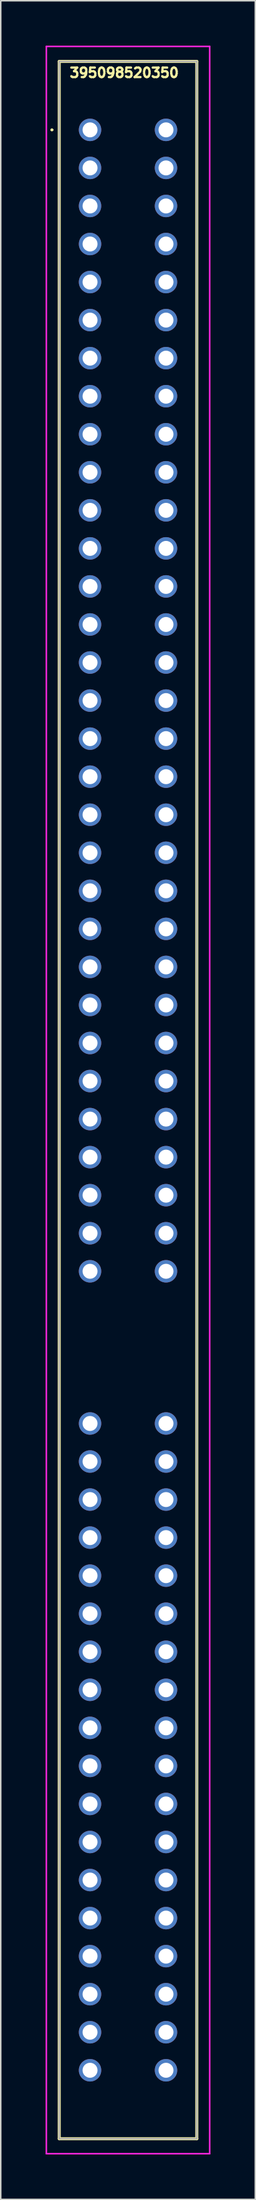
<source format=kicad_pcb>
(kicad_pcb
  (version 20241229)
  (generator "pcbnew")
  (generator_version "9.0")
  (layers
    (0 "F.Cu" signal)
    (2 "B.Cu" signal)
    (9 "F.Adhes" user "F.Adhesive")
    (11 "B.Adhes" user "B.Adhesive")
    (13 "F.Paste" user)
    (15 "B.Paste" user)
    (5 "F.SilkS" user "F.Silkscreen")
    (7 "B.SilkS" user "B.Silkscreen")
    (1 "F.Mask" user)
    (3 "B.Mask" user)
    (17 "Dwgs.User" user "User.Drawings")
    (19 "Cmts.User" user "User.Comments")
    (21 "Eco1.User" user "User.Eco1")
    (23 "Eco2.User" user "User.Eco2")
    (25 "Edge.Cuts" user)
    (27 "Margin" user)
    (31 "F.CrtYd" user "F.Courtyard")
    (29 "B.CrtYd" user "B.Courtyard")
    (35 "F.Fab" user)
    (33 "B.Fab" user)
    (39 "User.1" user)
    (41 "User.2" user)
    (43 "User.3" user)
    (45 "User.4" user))
  (footprint "395098520350"
    (layer "F.Cu")
    (at 2.971 5.62)
    (property "Reference" "395098520350" (at 2.286 -3.81 0) (layer "F.SilkS") (effects (font (size 0.635 0.635) (thickness 0.15) (bold yes))))
    (attr through_hole)
    (fp_line (start -2.6 0) (end -2.6 0) (stroke (width 0.1) (type solid)) (layer "F.SilkS"))
    (fp_line (start -2.5 0) (end -2.5 0) (stroke (width 0.1) (type solid)) (layer "F.SilkS"))
    (fp_line (start -2.06 -4.57) (end 7.14 -4.57) (stroke (width 0.2) (type solid)) (layer "F.SilkS"))
    (fp_line (start -2.06 134.11) (end -2.06 -4.57) (stroke (width 0.2) (type solid)) (layer "F.SilkS"))
    (fp_line (start 7.14 -4.57) (end 7.14 134.11) (stroke (width 0.2) (type solid)) (layer "F.SilkS"))
    (fp_line (start 7.14 134.11) (end -2.06 134.11) (stroke (width 0.2) (type solid)) (layer "F.SilkS"))
    (fp_arc (start -2.6 0) (mid -2.55 -0.05) (end -2.5 0) (stroke (width 0.1) (type solid)) (layer "F.SilkS"))
    (fp_arc (start -2.5 0) (mid -2.55 0.05) (end -2.6 0) (stroke (width 0.1) (type solid)) (layer "F.SilkS"))
    (fp_line (start -2.921 -5.57) (end 8.001 -5.57) (stroke (width 0.1) (type solid)) (layer "F.CrtYd"))
    (fp_line (start -2.921 135.11) (end -2.921 -5.57) (stroke (width 0.1) (type solid)) (layer "F.CrtYd"))
    (fp_line (start 8.001 -5.57) (end 8.001 135.11) (stroke (width 0.1) (type solid)) (layer "F.CrtYd"))
    (fp_line (start 8.001 135.11) (end -2.921 135.11) (stroke (width 0.1) (type solid)) (layer "F.CrtYd"))
    (fp_line (start -2.06 -4.57) (end 7.14 -4.57) (stroke (width 0.1) (type solid)) (layer "F.Fab"))
    (fp_line (start -2.06 134.11) (end -2.06 -4.57) (stroke (width 0.1) (type solid)) (layer "F.Fab"))
    (fp_line (start 7.14 -4.57) (end 7.14 134.11) (stroke (width 0.1) (type solid)) (layer "F.Fab"))
    (fp_line (start 7.14 134.11) (end -2.06 134.11) (stroke (width 0.1) (type solid)) (layer "F.Fab"))
    (pad "A1" thru_hole circle (at 5.08 0 90) (size 1.5 1.5) (drill 1) (layers "*.Cu" "*.Mask"))
    (pad "A2" thru_hole circle (at 5.08 2.54 90) (size 1.5 1.5) (drill 1) (layers "*.Cu" "*.Mask"))
    (pad "A3" thru_hole circle (at 5.08 5.08 90) (size 1.5 1.5) (drill 1) (layers "*.Cu" "*.Mask"))
    (pad "A4" thru_hole circle (at 5.08 7.62 90) (size 1.5 1.5) (drill 1) (layers "*.Cu" "*.Mask"))
    (pad "A5" thru_hole circle (at 5.08 10.16 90) (size 1.5 1.5) (drill 1) (layers "*.Cu" "*.Mask"))
    (pad "A6" thru_hole circle (at 5.08 12.7 90) (size 1.5 1.5) (drill 1) (layers "*.Cu" "*.Mask"))
    (pad "A7" thru_hole circle (at 5.08 15.24 90) (size 1.5 1.5) (drill 1) (layers "*.Cu" "*.Mask"))
    (pad "A8" thru_hole circle (at 5.08 17.78 90) (size 1.5 1.5) (drill 1) (layers "*.Cu" "*.Mask"))
    (pad "A9" thru_hole circle (at 5.08 20.32 90) (size 1.5 1.5) (drill 1) (layers "*.Cu" "*.Mask"))
    (pad "A10" thru_hole circle (at 5.08 22.86 90) (size 1.5 1.5) (drill 1) (layers "*.Cu" "*.Mask"))
    (pad "A11" thru_hole circle (at 5.08 25.4 90) (size 1.5 1.5) (drill 1) (layers "*.Cu" "*.Mask"))
    (pad "A12" thru_hole circle (at 5.08 27.94 90) (size 1.5 1.5) (drill 1) (layers "*.Cu" "*.Mask"))
    (pad "A13" thru_hole circle (at 5.08 30.48 90) (size 1.5 1.5) (drill 1) (layers "*.Cu" "*.Mask"))
    (pad "A14" thru_hole circle (at 5.08 33.02 90) (size 1.5 1.5) (drill 1) (layers "*.Cu" "*.Mask"))
    (pad "A15" thru_hole circle (at 5.08 35.56 90) (size 1.5 1.5) (drill 1) (layers "*.Cu" "*.Mask"))
    (pad "A16" thru_hole circle (at 5.08 38.1 90) (size 1.5 1.5) (drill 1) (layers "*.Cu" "*.Mask"))
    (pad "A17" thru_hole circle (at 5.08 40.64 90) (size 1.5 1.5) (drill 1) (layers "*.Cu" "*.Mask"))
    (pad "A18" thru_hole circle (at 5.08 43.18 90) (size 1.5 1.5) (drill 1) (layers "*.Cu" "*.Mask"))
    (pad "A19" thru_hole circle (at 5.08 45.72 90) (size 1.5 1.5) (drill 1) (layers "*.Cu" "*.Mask"))
    (pad "A20" thru_hole circle (at 5.08 48.26 90) (size 1.5 1.5) (drill 1) (layers "*.Cu" "*.Mask"))
    (pad "A21" thru_hole circle (at 5.08 50.8 90) (size 1.5 1.5) (drill 1) (layers "*.Cu" "*.Mask"))
    (pad "A22" thru_hole circle (at 5.08 53.34 90) (size 1.5 1.5) (drill 1) (layers "*.Cu" "*.Mask"))
    (pad "A23" thru_hole circle (at 5.08 55.88 90) (size 1.5 1.5) (drill 1) (layers "*.Cu" "*.Mask"))
    (pad "A24" thru_hole circle (at 5.08 58.42 90) (size 1.5 1.5) (drill 1) (layers "*.Cu" "*.Mask"))
    (pad "A25" thru_hole circle (at 5.08 60.96 90) (size 1.5 1.5) (drill 1) (layers "*.Cu" "*.Mask"))
    (pad "A26" thru_hole circle (at 5.08 63.5 90) (size 1.5 1.5) (drill 1) (layers "*.Cu" "*.Mask"))
    (pad "A27" thru_hole circle (at 5.08 66.04 90) (size 1.5 1.5) (drill 1) (layers "*.Cu" "*.Mask"))
    (pad "A28" thru_hole circle (at 5.08 68.58 90) (size 1.5 1.5) (drill 1) (layers "*.Cu" "*.Mask"))
    (pad "A29" thru_hole circle (at 5.08 71.12 90) (size 1.5 1.5) (drill 1) (layers "*.Cu" "*.Mask"))
    (pad "A30" thru_hole circle (at 5.08 73.66 90) (size 1.5 1.5) (drill 1) (layers "*.Cu" "*.Mask"))
    (pad "A31" thru_hole circle (at 5.08 76.2 90) (size 1.5 1.5) (drill 1) (layers "*.Cu" "*.Mask"))
    (pad "B1" thru_hole circle (at 0 0 90) (size 1.5 1.5) (drill 1) (layers "*.Cu" "*.Mask"))
    (pad "B2" thru_hole circle (at 0 2.54 90) (size 1.5 1.5) (drill 1) (layers "*.Cu" "*.Mask"))
    (pad "B3" thru_hole circle (at 0 5.08 90) (size 1.5 1.5) (drill 1) (layers "*.Cu" "*.Mask"))
    (pad "B4" thru_hole circle (at 0 7.62 90) (size 1.5 1.5) (drill 1) (layers "*.Cu" "*.Mask"))
    (pad "B5" thru_hole circle (at 0 10.16 90) (size 1.5 1.5) (drill 1) (layers "*.Cu" "*.Mask"))
    (pad "B6" thru_hole circle (at 0 12.7 90) (size 1.5 1.5) (drill 1) (layers "*.Cu" "*.Mask"))
    (pad "B7" thru_hole circle (at 0 15.24 90) (size 1.5 1.5) (drill 1) (layers "*.Cu" "*.Mask"))
    (pad "B8" thru_hole circle (at 0 17.78 90) (size 1.5 1.5) (drill 1) (layers "*.Cu" "*.Mask"))
    (pad "B9" thru_hole circle (at 0 20.32 90) (size 1.5 1.5) (drill 1) (layers "*.Cu" "*.Mask"))
    (pad "B10" thru_hole circle (at 0 22.86 90) (size 1.5 1.5) (drill 1) (layers "*.Cu" "*.Mask"))
    (pad "B11" thru_hole circle (at 0 25.4 90) (size 1.5 1.5) (drill 1) (layers "*.Cu" "*.Mask"))
    (pad "B12" thru_hole circle (at 0 27.94 90) (size 1.5 1.5) (drill 1) (layers "*.Cu" "*.Mask"))
    (pad "B13" thru_hole circle (at 0 30.48 90) (size 1.5 1.5) (drill 1) (layers "*.Cu" "*.Mask"))
    (pad "B14" thru_hole circle (at 0 33.02 90) (size 1.5 1.5) (drill 1) (layers "*.Cu" "*.Mask"))
    (pad "B15" thru_hole circle (at 0 35.56 90) (size 1.5 1.5) (drill 1) (layers "*.Cu" "*.Mask"))
    (pad "B16" thru_hole circle (at 0 38.1 90) (size 1.5 1.5) (drill 1) (layers "*.Cu" "*.Mask"))
    (pad "B17" thru_hole circle (at 0 40.64 90) (size 1.5 1.5) (drill 1) (layers "*.Cu" "*.Mask"))
    (pad "B18" thru_hole circle (at 0 43.18 90) (size 1.5 1.5) (drill 1) (layers "*.Cu" "*.Mask"))
    (pad "B19" thru_hole circle (at 0 45.72 90) (size 1.5 1.5) (drill 1) (layers "*.Cu" "*.Mask"))
    (pad "B20" thru_hole circle (at 0 48.26 90) (size 1.5 1.5) (drill 1) (layers "*.Cu" "*.Mask"))
    (pad "B21" thru_hole circle (at 0 50.8 90) (size 1.5 1.5) (drill 1) (layers "*.Cu" "*.Mask"))
    (pad "B22" thru_hole circle (at 0 53.34 90) (size 1.5 1.5) (drill 1) (layers "*.Cu" "*.Mask"))
    (pad "B23" thru_hole circle (at 0 55.88 90) (size 1.5 1.5) (drill 1) (layers "*.Cu" "*.Mask"))
    (pad "B24" thru_hole circle (at 0 58.42 90) (size 1.5 1.5) (drill 1) (layers "*.Cu" "*.Mask"))
    (pad "B25" thru_hole circle (at 0 60.96 90) (size 1.5 1.5) (drill 1) (layers "*.Cu" "*.Mask"))
    (pad "B26" thru_hole circle (at 0 63.5 90) (size 1.5 1.5) (drill 1) (layers "*.Cu" "*.Mask"))
    (pad "B27" thru_hole circle (at 0 66.04 90) (size 1.5 1.5) (drill 1) (layers "*.Cu" "*.Mask"))
    (pad "B28" thru_hole circle (at 0 68.58 90) (size 1.5 1.5) (drill 1) (layers "*.Cu" "*.Mask"))
    (pad "B29" thru_hole circle (at 0 71.12 90) (size 1.5 1.5) (drill 1) (layers "*.Cu" "*.Mask"))
    (pad "B30" thru_hole circle (at 0 73.66 90) (size 1.5 1.5) (drill 1) (layers "*.Cu" "*.Mask"))
    (pad "B31" thru_hole circle (at 0 76.2 90) (size 1.5 1.5) (drill 1) (layers "*.Cu" "*.Mask"))
    (pad "C1" thru_hole circle (at 5.08 86.36 90) (size 1.5 1.5) (drill 1) (layers "*.Cu" "*.Mask"))
    (pad "C2" thru_hole circle (at 5.08 88.9 90) (size 1.5 1.5) (drill 1) (layers "*.Cu" "*.Mask"))
    (pad "C3" thru_hole circle (at 5.08 91.44 90) (size 1.5 1.5) (drill 1) (layers "*.Cu" "*.Mask"))
    (pad "C4" thru_hole circle (at 5.08 93.98 90) (size 1.5 1.5) (drill 1) (layers "*.Cu" "*.Mask"))
    (pad "C5" thru_hole circle (at 5.08 96.52 90) (size 1.5 1.5) (drill 1) (layers "*.Cu" "*.Mask"))
    (pad "C6" thru_hole circle (at 5.08 99.06 90) (size 1.5 1.5) (drill 1) (layers "*.Cu" "*.Mask"))
    (pad "C7" thru_hole circle (at 5.08 101.6 90) (size 1.5 1.5) (drill 1) (layers "*.Cu" "*.Mask"))
    (pad "C8" thru_hole circle (at 5.08 104.14 90) (size 1.5 1.5) (drill 1) (layers "*.Cu" "*.Mask"))
    (pad "C9" thru_hole circle (at 5.08 106.68 90) (size 1.5 1.5) (drill 1) (layers "*.Cu" "*.Mask"))
    (pad "C10" thru_hole circle (at 5.08 109.22 90) (size 1.5 1.5) (drill 1) (layers "*.Cu" "*.Mask"))
    (pad "C11" thru_hole circle (at 5.08 111.76 90) (size 1.5 1.5) (drill 1) (layers "*.Cu" "*.Mask"))
    (pad "C12" thru_hole circle (at 5.08 114.3 90) (size 1.5 1.5) (drill 1) (layers "*.Cu" "*.Mask"))
    (pad "C13" thru_hole circle (at 5.08 116.84 90) (size 1.5 1.5) (drill 1) (layers "*.Cu" "*.Mask"))
    (pad "C14" thru_hole circle (at 5.08 119.38 90) (size 1.5 1.5) (drill 1) (layers "*.Cu" "*.Mask"))
    (pad "C15" thru_hole circle (at 5.08 121.92 90) (size 1.5 1.5) (drill 1) (layers "*.Cu" "*.Mask"))
    (pad "C16" thru_hole circle (at 5.08 124.46 90) (size 1.5 1.5) (drill 1) (layers "*.Cu" "*.Mask"))
    (pad "C17" thru_hole circle (at 5.08 127 90) (size 1.5 1.5) (drill 1) (layers "*.Cu" "*.Mask"))
    (pad "C18" thru_hole circle (at 5.08 129.54 90) (size 1.5 1.5) (drill 1) (layers "*.Cu" "*.Mask"))
    (pad "D1" thru_hole circle (at 0 86.36 90) (size 1.5 1.5) (drill 1) (layers "*.Cu" "*.Mask"))
    (pad "D2" thru_hole circle (at 0 88.9 90) (size 1.5 1.5) (drill 1) (layers "*.Cu" "*.Mask"))
    (pad "D3" thru_hole circle (at 0 91.44 90) (size 1.5 1.5) (drill 1) (layers "*.Cu" "*.Mask"))
    (pad "D4" thru_hole circle (at 0 93.98 90) (size 1.5 1.5) (drill 1) (layers "*.Cu" "*.Mask"))
    (pad "D5" thru_hole circle (at 0 96.52 90) (size 1.5 1.5) (drill 1) (layers "*.Cu" "*.Mask"))
    (pad "D6" thru_hole circle (at 0 99.06 90) (size 1.5 1.5) (drill 1) (layers "*.Cu" "*.Mask"))
    (pad "D7" thru_hole circle (at 0 101.6 90) (size 1.5 1.5) (drill 1) (layers "*.Cu" "*.Mask"))
    (pad "D8" thru_hole circle (at 0 104.14 90) (size 1.5 1.5) (drill 1) (layers "*.Cu" "*.Mask"))
    (pad "D9" thru_hole circle (at 0 106.68 90) (size 1.5 1.5) (drill 1) (layers "*.Cu" "*.Mask"))
    (pad "D10" thru_hole circle (at 0 109.22 90) (size 1.5 1.5) (drill 1) (layers "*.Cu" "*.Mask"))
    (pad "D11" thru_hole circle (at 0 111.76 90) (size 1.5 1.5) (drill 1) (layers "*.Cu" "*.Mask"))
    (pad "D12" thru_hole circle (at 0 114.3 90) (size 1.5 1.5) (drill 1) (layers "*.Cu" "*.Mask"))
    (pad "D13" thru_hole circle (at 0 116.84 90) (size 1.5 1.5) (drill 1) (layers "*.Cu" "*.Mask"))
    (pad "D14" thru_hole circle (at 0 119.38 90) (size 1.5 1.5) (drill 1) (layers "*.Cu" "*.Mask"))
    (pad "D15" thru_hole circle (at 0 121.92 90) (size 1.5 1.5) (drill 1) (layers "*.Cu" "*.Mask"))
    (pad "D16" thru_hole circle (at 0 124.46 90) (size 1.5 1.5) (drill 1) (layers "*.Cu" "*.Mask"))
    (pad "D17" thru_hole circle (at 0 127 90) (size 1.5 1.5) (drill 1) (layers "*.Cu" "*.Mask"))
    (pad "D18" thru_hole circle (at 0 129.54 90) (size 1.5 1.5) (drill 1) (layers "*.Cu" "*.Mask")))
  (gr_rect
    (start -3 -3)
    (end 14.022 143.78)
    (stroke (width 0.1) (type default))
    (fill no)
    (layer "Edge.Cuts")))
</source>
